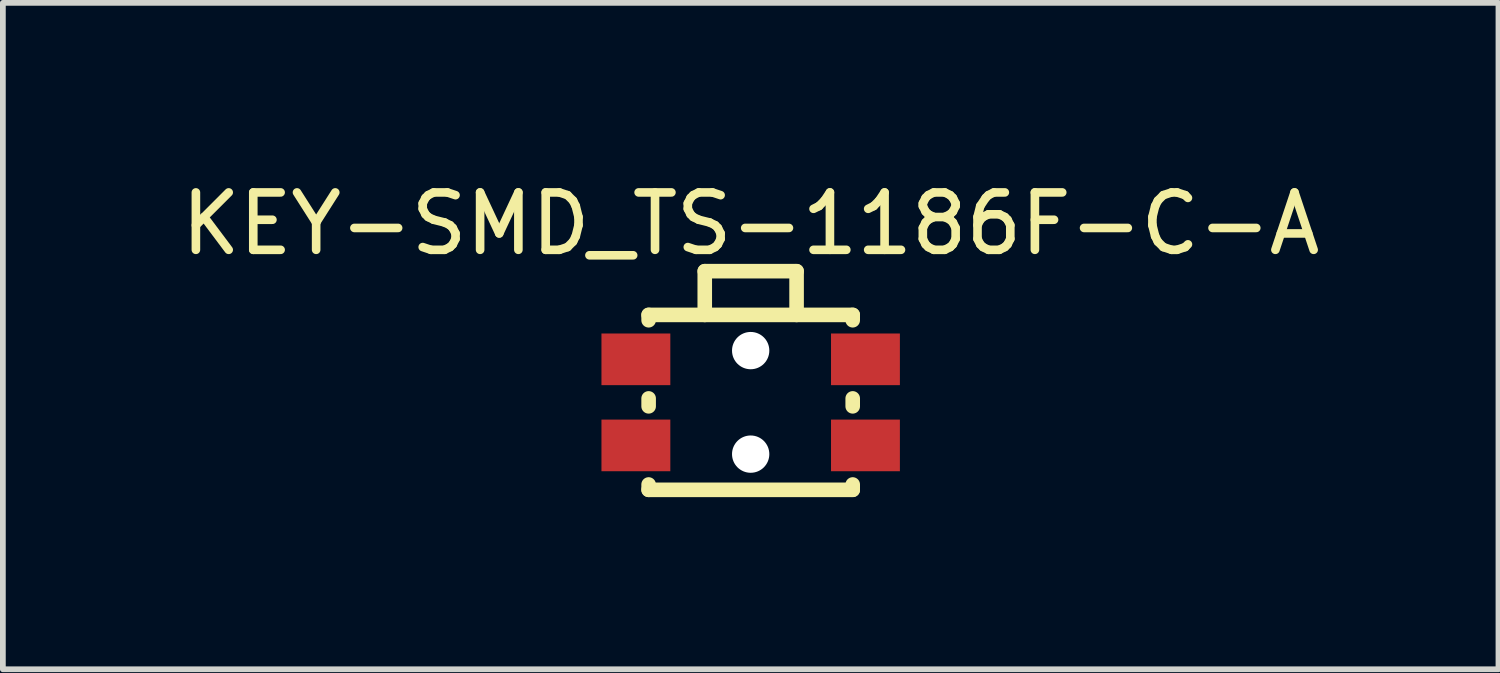
<source format=kicad_pcb>
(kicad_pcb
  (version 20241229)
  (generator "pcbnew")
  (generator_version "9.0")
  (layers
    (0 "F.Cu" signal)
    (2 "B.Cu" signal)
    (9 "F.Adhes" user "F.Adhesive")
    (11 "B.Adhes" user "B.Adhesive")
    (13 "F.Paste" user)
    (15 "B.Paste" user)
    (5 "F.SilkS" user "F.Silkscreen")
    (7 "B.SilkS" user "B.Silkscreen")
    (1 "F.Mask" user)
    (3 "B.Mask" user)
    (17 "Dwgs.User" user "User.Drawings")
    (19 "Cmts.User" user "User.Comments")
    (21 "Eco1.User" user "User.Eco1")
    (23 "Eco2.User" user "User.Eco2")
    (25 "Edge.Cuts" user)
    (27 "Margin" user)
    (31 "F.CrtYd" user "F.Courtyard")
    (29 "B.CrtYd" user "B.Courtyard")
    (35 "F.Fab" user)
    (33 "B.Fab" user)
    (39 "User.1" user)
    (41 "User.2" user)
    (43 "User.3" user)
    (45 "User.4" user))
  (footprint "KEY-SMD_TS-1186F-C-A"
    (layer "F.Cu")
    (at 10.03 3.961)
    (property "Reference" "KEY-SMD_TS-1186F-C-A" (at 0 -3.113 0) (layer "F.SilkS") (effects (font (size 1 1) (thickness 0.15))))
    (fp_line (start -1.778 -1.524) (end 1.778 -1.524) (stroke (width 0.254) (type solid)) (layer "F.SilkS"))
    (fp_line (start -1.778 -1.431) (end -1.778 -1.524) (stroke (width 0.254) (type solid)) (layer "F.SilkS"))
    (fp_line (start -1.778 0.069) (end -1.778 -0.069) (stroke (width 0.254) (type solid)) (layer "F.SilkS"))
    (fp_line (start -1.778 1.524) (end -1.778 1.431) (stroke (width 0.254) (type solid)) (layer "F.SilkS"))
    (fp_line (start -1.778 1.524) (end 1.778 1.524) (stroke (width 0.254) (type solid)) (layer "F.SilkS"))
    (fp_line (start -0.8 -2.286) (end 0.8 -2.286) (stroke (width 0.254) (type solid)) (layer "F.SilkS"))
    (fp_line (start -0.8 -1.524) (end -0.8 -2.286) (stroke (width 0.254) (type solid)) (layer "F.SilkS"))
    (fp_line (start 0.8 -1.524) (end 0.8 -2.286) (stroke (width 0.254) (type solid)) (layer "F.SilkS"))
    (fp_line (start 1.778 -1.431) (end 1.778 -1.524) (stroke (width 0.254) (type solid)) (layer "F.SilkS"))
    (fp_line (start 1.778 0.069) (end 1.778 -0.069) (stroke (width 0.254) (type solid)) (layer "F.SilkS"))
    (fp_line (start 1.778 1.524) (end 1.778 1.431) (stroke (width 0.254) (type solid)) (layer "F.SilkS"))
    (fp_line (start -1.75 -1.48) (end -0.81 -1.48) (stroke (width 0.051) (type solid)) (layer "Eco2.User"))
    (fp_line (start -1.75 1.42) (end -1.75 -1.48) (stroke (width 0.051) (type solid)) (layer "Eco2.User"))
    (fp_line (start -1.75 1.42) (end -1.74 1.43) (stroke (width 0.051) (type solid)) (layer "Eco2.User"))
    (fp_line (start -1.74 1.43) (end 1.76 1.43) (stroke (width 0.051) (type solid)) (layer "Eco2.User"))
    (fp_line (start -0.81 -2.17) (end 0.78 -2.16) (stroke (width 0.051) (type solid)) (layer "Eco2.User"))
    (fp_line (start -0.81 -1.48) (end -0.81 -2.17) (stroke (width 0.051) (type solid)) (layer "Eco2.User"))
    (fp_line (start 0.78 -2.16) (end 0.8 -2.14) (stroke (width 0.051) (type solid)) (layer "Eco2.User"))
    (fp_line (start 0.8 -1.47) (end 0.8 -2.14) (stroke (width 0.051) (type solid)) (layer "Eco2.User"))
    (fp_line (start 0.8 -1.47) (end 1.76 -1.47) (stroke (width 0.051) (type solid)) (layer "Eco2.User"))
    (fp_line (start 1.76 1.43) (end 1.76 -1.47) (stroke (width 0.051) (type solid)) (layer "Eco2.User"))
    (fp_poly (pts (xy -2.425 -1.085) (xy -1.625 -1.085) (xy -1.625 -0.415) (xy -2.425 -0.415)) (stroke (width 0.1) (type default)) (fill no) (layer "Eco2.User"))
    (fp_poly (pts (xy -2.425 0.415) (xy -1.625 0.415) (xy -1.625 1.085) (xy -2.425 1.085)) (stroke (width 0.1) (type default)) (fill no) (layer "Eco2.User"))
    (fp_poly (pts (xy 1.635 0.415) (xy 2.435 0.415) (xy 2.435 1.085) (xy 1.635 1.085)) (stroke (width 0.1) (type default)) (fill no) (layer "Eco2.User"))
    (fp_poly (pts (xy 1.635 -1.085) (xy 2.435 -1.085) (xy 2.435 -0.415) (xy 1.635 -0.415)) (stroke (width 0.1) (type default)) (fill no) (layer "Eco2.User"))
    (fp_poly (pts (xy -2.49 -2.17) (xy -2.471 -2.124) (xy -2.425 -2.105) (xy -2.379 -2.124) (xy -2.36 -2.17) (xy -2.379 -2.216) (xy -2.425 -2.235) (xy -2.471 -2.216)) (stroke (width 0.1) (type default)) (fill no) (layer "Eco2.User"))
    (fp_circle (center 0 -0.9) (end 0 -1.3) (stroke (width 0.005) (type solid)) (fill no) (layer "User.1"))
    (fp_circle (center 0 0.9) (end 0 0.5) (stroke (width 0.005) (type solid)) (fill no) (layer "User.1"))
    (fp_circle (center 0 -0.9) (end 0 -1.05) (stroke (width 0.3) (type solid)) (fill no) (layer "User.6"))
    (fp_circle (center 0 0.9) (end 0 0.75) (stroke (width 0.3) (type solid)) (fill no) (layer "User.6"))
    (fp_poly (pts (xy 0.83 -1.55) (xy 0.83 -2.38) (xy -0.84 -2.38) (xy -0.84 -1.55)) (stroke (width 0.1) (type default)) (fill no) (layer "User.6"))
    (pad "" np_thru_hole circle (at 0 -0.902) (size 0.65 0.65) (drill 0.65) (layers "*.Cu" "*.Mask"))
    (pad "" np_thru_hole circle (at 0 0.902) (size 0.65 0.65) (drill 0.65) (layers "*.Cu" "*.Mask"))
    (pad "1" smd rect (at -2 -0.75) (size 1.2 0.9) (layers "F.Cu" "F.Mask" "F.Paste"))
    (pad "2" smd rect (at 2 -0.75) (size 1.2 0.9) (layers "F.Cu" "F.Mask" "F.Paste"))
    (pad "3" smd rect (at -2 0.75) (size 1.2 0.9) (layers "F.Cu" "F.Mask" "F.Paste"))
    (pad "4" smd rect (at 2 0.75) (size 1.2 0.9) (layers "F.Cu" "F.Mask" "F.Paste")))
  (gr_rect
    (start -3 -3)
    (end 23.06 8.612)
    (stroke (width 0.1) (type default))
    (fill no)
    (layer "Edge.Cuts")))
</source>
